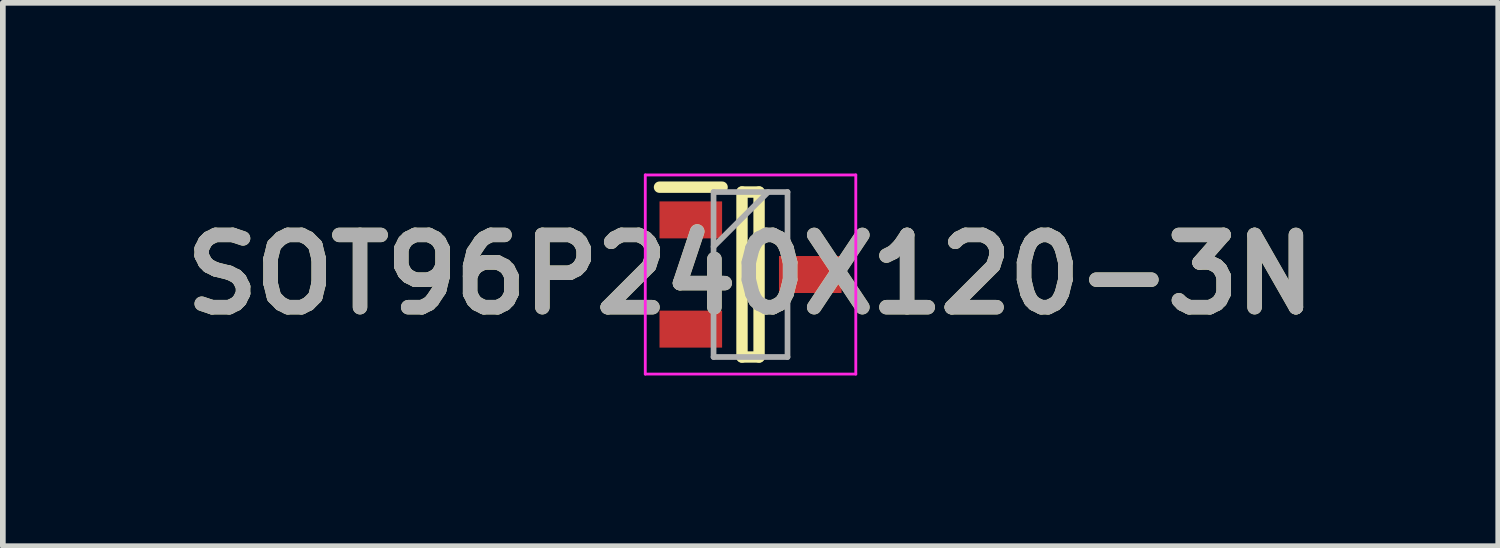
<source format=kicad_pcb>
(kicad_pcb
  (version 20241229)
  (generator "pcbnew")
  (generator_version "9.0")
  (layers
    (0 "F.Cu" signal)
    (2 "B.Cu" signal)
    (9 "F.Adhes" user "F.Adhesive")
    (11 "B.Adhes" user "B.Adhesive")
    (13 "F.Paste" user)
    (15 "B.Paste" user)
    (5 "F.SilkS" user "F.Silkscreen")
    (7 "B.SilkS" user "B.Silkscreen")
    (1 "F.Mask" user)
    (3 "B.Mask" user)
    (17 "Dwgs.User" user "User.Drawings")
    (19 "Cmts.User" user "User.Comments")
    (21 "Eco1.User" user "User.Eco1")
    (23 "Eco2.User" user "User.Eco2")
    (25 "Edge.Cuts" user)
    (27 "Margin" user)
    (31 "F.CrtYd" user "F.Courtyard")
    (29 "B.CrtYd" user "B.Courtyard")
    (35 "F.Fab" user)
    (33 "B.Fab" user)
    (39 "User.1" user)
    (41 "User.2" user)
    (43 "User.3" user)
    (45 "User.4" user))
  (footprint "SOT96P240X120-3N"
    (layer "F.Cu")
    (at 10.142 1.775)
    (property "Reference" "SOT96P240X120-3N" (at 0 0 0) (layer "F.SilkS") (effects (font (size 1.27 1.27) (thickness 0.254))))
    (attr smd)
    (fp_line (start -1.6 -1.535) (end -0.5 -1.535) (stroke (width 0.2) (type solid)) (layer "F.SilkS"))
    (fp_line (start -0.15 -1.45) (end 0.15 -1.45) (stroke (width 0.2) (type solid)) (layer "F.SilkS"))
    (fp_line (start -0.15 1.45) (end -0.15 -1.45) (stroke (width 0.2) (type solid)) (layer "F.SilkS"))
    (fp_line (start 0.15 -1.45) (end 0.15 1.45) (stroke (width 0.2) (type solid)) (layer "F.SilkS"))
    (fp_line (start 0.15 1.45) (end -0.15 1.45) (stroke (width 0.2) (type solid)) (layer "F.SilkS"))
    (fp_line (start -1.85 -1.75) (end 1.85 -1.75) (stroke (width 0.05) (type solid)) (layer "F.CrtYd"))
    (fp_line (start -1.85 1.75) (end -1.85 -1.75) (stroke (width 0.05) (type solid)) (layer "F.CrtYd"))
    (fp_line (start 1.85 -1.75) (end 1.85 1.75) (stroke (width 0.05) (type solid)) (layer "F.CrtYd"))
    (fp_line (start 1.85 1.75) (end -1.85 1.75) (stroke (width 0.05) (type solid)) (layer "F.CrtYd"))
    (fp_line (start -0.65 -1.45) (end 0.65 -1.45) (stroke (width 0.1) (type solid)) (layer "F.Fab"))
    (fp_line (start -0.65 -0.49) (end 0.31 -1.45) (stroke (width 0.1) (type solid)) (layer "F.Fab"))
    (fp_line (start -0.65 1.45) (end -0.65 -1.45) (stroke (width 0.1) (type solid)) (layer "F.Fab"))
    (fp_line (start 0.65 -1.45) (end 0.65 1.45) (stroke (width 0.1) (type solid)) (layer "F.Fab"))
    (fp_line (start 0.65 1.45) (end -0.65 1.45) (stroke (width 0.1) (type solid)) (layer "F.Fab"))
    (fp_text user "${REFERENCE}" (at 0 0 0) (layer "F.Fab") (effects (font (size 1.27 1.27) (thickness 0.254))))
    (pad "1" smd rect (at -1.05 -0.96 90) (size 0.65 1.1) (layers "F.Cu" "F.Mask" "F.Paste"))
    (pad "2" smd rect (at -1.05 0.96 90) (size 0.65 1.1) (layers "F.Cu" "F.Mask" "F.Paste"))
    (pad "3" smd rect (at 1.05 0 90) (size 0.65 1.1) (layers "F.Cu" "F.Mask" "F.Paste")))
  (gr_rect
    (start -3 -3)
    (end 23.284 6.55)
    (stroke (width 0.1) (type default))
    (fill no)
    (layer "Edge.Cuts")))
</source>
